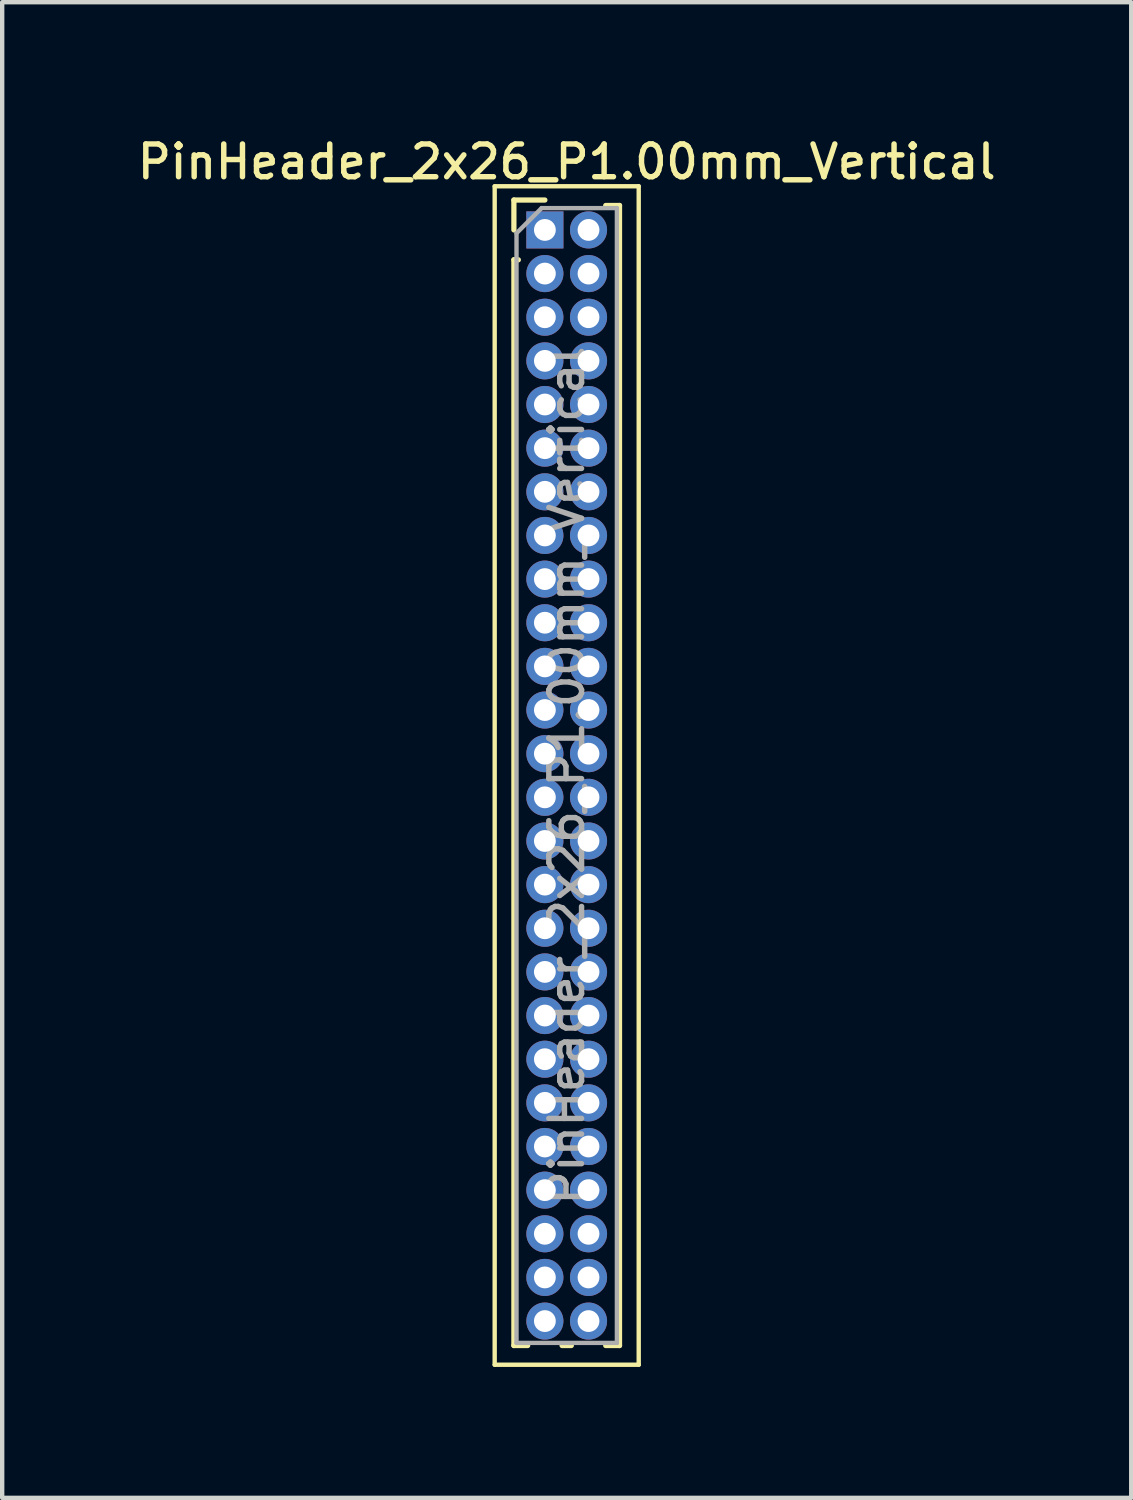
<source format=kicad_pcb>
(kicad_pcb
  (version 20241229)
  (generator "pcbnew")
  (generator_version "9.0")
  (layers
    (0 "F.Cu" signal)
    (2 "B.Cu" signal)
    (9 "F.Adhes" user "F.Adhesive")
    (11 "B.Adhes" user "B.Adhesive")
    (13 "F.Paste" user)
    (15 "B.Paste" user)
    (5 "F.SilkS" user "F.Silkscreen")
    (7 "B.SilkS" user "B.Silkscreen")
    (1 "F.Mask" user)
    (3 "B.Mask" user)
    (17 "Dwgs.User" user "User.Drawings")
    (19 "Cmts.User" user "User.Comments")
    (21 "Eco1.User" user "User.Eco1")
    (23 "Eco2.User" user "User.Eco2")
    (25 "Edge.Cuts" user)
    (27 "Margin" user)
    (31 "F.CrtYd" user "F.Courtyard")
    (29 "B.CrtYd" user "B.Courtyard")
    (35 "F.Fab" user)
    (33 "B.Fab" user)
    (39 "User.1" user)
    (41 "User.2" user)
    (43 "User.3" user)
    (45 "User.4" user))
  (footprint "PinHeader_2x26_P1.00mm_Vertical"
    (layer "F.Cu")
    (at 9.434 2.218)
    (property "Reference" "PinHeader_2x26_P1.00mm_Vertical" (at 0.5 -1.56 0) (layer "F.SilkS") (effects (font (size 0.75 0.75) (thickness 0.125))))
    (attr through_hole)
    (fp_line (start -1.15 -1) (end -1.15 26) (stroke (width 0.1) (type solid)) (layer "F.SilkS"))
    (fp_line (start -1.15 26) (end 2.15 26) (stroke (width 0.1) (type solid)) (layer "F.SilkS"))
    (fp_line (start -0.71 -0.685) (end 0 -0.685) (stroke (width 0.12) (type solid)) (layer "F.SilkS"))
    (fp_line (start -0.71 0) (end -0.71 -0.685) (stroke (width 0.12) (type solid)) (layer "F.SilkS"))
    (fp_line (start -0.71 0.685) (end -0.71 25.56) (stroke (width 0.12) (type solid)) (layer "F.SilkS"))
    (fp_line (start -0.71 0.685) (end -0.608 0.685) (stroke (width 0.12) (type solid)) (layer "F.SilkS"))
    (fp_line (start -0.71 25.56) (end -0.394 25.56) (stroke (width 0.12) (type solid)) (layer "F.SilkS"))
    (fp_line (start 0.394 25.56) (end 0.606 25.56) (stroke (width 0.12) (type solid)) (layer "F.SilkS"))
    (fp_line (start 1.394 -0.56) (end 1.71 -0.56) (stroke (width 0.12) (type solid)) (layer "F.SilkS"))
    (fp_line (start 1.394 25.56) (end 1.71 25.56) (stroke (width 0.12) (type solid)) (layer "F.SilkS"))
    (fp_line (start 1.71 -0.56) (end 1.71 25.56) (stroke (width 0.12) (type solid)) (layer "F.SilkS"))
    (fp_line (start 2.15 -1) (end -1.15 -1) (stroke (width 0.1) (type solid)) (layer "F.SilkS"))
    (fp_line (start 2.15 26) (end 2.15 -1) (stroke (width 0.1) (type solid)) (layer "F.SilkS"))
    (fp_line (start -0.65 0.075) (end -0.075 -0.5) (stroke (width 0.1) (type solid)) (layer "F.Fab"))
    (fp_line (start -0.65 25.5) (end -0.65 0.075) (stroke (width 0.1) (type solid)) (layer "F.Fab"))
    (fp_line (start -0.075 -0.5) (end 1.65 -0.5) (stroke (width 0.1) (type solid)) (layer "F.Fab"))
    (fp_line (start 1.65 -0.5) (end 1.65 25.5) (stroke (width 0.1) (type solid)) (layer "F.Fab"))
    (fp_line (start 1.65 25.5) (end -0.65 25.5) (stroke (width 0.1) (type solid)) (layer "F.Fab"))
    (fp_text user "${REFERENCE}" (at 0.5 12.5 90) (layer "F.Fab") (effects (font (size 0.75 0.75) (thickness 0.125))))
    (pad "1" thru_hole rect (at 0 0) (size 0.85 0.85) (drill 0.5) (layers "*.Cu" "*.Mask"))
    (pad "2" thru_hole oval (at 1 0) (size 0.85 0.85) (drill 0.5) (layers "*.Cu" "*.Mask"))
    (pad "3" thru_hole oval (at 0 1) (size 0.85 0.85) (drill 0.5) (layers "*.Cu" "*.Mask"))
    (pad "4" thru_hole oval (at 1 1) (size 0.85 0.85) (drill 0.5) (layers "*.Cu" "*.Mask"))
    (pad "5" thru_hole oval (at 0 2) (size 0.85 0.85) (drill 0.5) (layers "*.Cu" "*.Mask"))
    (pad "6" thru_hole oval (at 1 2) (size 0.85 0.85) (drill 0.5) (layers "*.Cu" "*.Mask"))
    (pad "7" thru_hole oval (at 0 3) (size 0.85 0.85) (drill 0.5) (layers "*.Cu" "*.Mask"))
    (pad "8" thru_hole oval (at 1 3) (size 0.85 0.85) (drill 0.5) (layers "*.Cu" "*.Mask"))
    (pad "9" thru_hole oval (at 0 4) (size 0.85 0.85) (drill 0.5) (layers "*.Cu" "*.Mask"))
    (pad "10" thru_hole oval (at 1 4) (size 0.85 0.85) (drill 0.5) (layers "*.Cu" "*.Mask"))
    (pad "11" thru_hole oval (at 0 5) (size 0.85 0.85) (drill 0.5) (layers "*.Cu" "*.Mask"))
    (pad "12" thru_hole oval (at 1 5) (size 0.85 0.85) (drill 0.5) (layers "*.Cu" "*.Mask"))
    (pad "13" thru_hole oval (at 0 6) (size 0.85 0.85) (drill 0.5) (layers "*.Cu" "*.Mask"))
    (pad "14" thru_hole oval (at 1 6) (size 0.85 0.85) (drill 0.5) (layers "*.Cu" "*.Mask"))
    (pad "15" thru_hole oval (at 0 7) (size 0.85 0.85) (drill 0.5) (layers "*.Cu" "*.Mask"))
    (pad "16" thru_hole oval (at 1 7) (size 0.85 0.85) (drill 0.5) (layers "*.Cu" "*.Mask"))
    (pad "17" thru_hole oval (at 0 8) (size 0.85 0.85) (drill 0.5) (layers "*.Cu" "*.Mask"))
    (pad "18" thru_hole oval (at 1 8) (size 0.85 0.85) (drill 0.5) (layers "*.Cu" "*.Mask"))
    (pad "19" thru_hole oval (at 0 9) (size 0.85 0.85) (drill 0.5) (layers "*.Cu" "*.Mask"))
    (pad "20" thru_hole oval (at 1 9) (size 0.85 0.85) (drill 0.5) (layers "*.Cu" "*.Mask"))
    (pad "21" thru_hole oval (at 0 10) (size 0.85 0.85) (drill 0.5) (layers "*.Cu" "*.Mask"))
    (pad "22" thru_hole oval (at 1 10) (size 0.85 0.85) (drill 0.5) (layers "*.Cu" "*.Mask"))
    (pad "23" thru_hole oval (at 0 11) (size 0.85 0.85) (drill 0.5) (layers "*.Cu" "*.Mask"))
    (pad "24" thru_hole oval (at 1 11) (size 0.85 0.85) (drill 0.5) (layers "*.Cu" "*.Mask"))
    (pad "25" thru_hole oval (at 0 12) (size 0.85 0.85) (drill 0.5) (layers "*.Cu" "*.Mask"))
    (pad "26" thru_hole oval (at 1 12) (size 0.85 0.85) (drill 0.5) (layers "*.Cu" "*.Mask"))
    (pad "27" thru_hole oval (at 0 13) (size 0.85 0.85) (drill 0.5) (layers "*.Cu" "*.Mask"))
    (pad "28" thru_hole oval (at 1 13) (size 0.85 0.85) (drill 0.5) (layers "*.Cu" "*.Mask"))
    (pad "29" thru_hole oval (at 0 14) (size 0.85 0.85) (drill 0.5) (layers "*.Cu" "*.Mask"))
    (pad "30" thru_hole oval (at 1 14) (size 0.85 0.85) (drill 0.5) (layers "*.Cu" "*.Mask"))
    (pad "31" thru_hole oval (at 0 15) (size 0.85 0.85) (drill 0.5) (layers "*.Cu" "*.Mask"))
    (pad "32" thru_hole oval (at 1 15) (size 0.85 0.85) (drill 0.5) (layers "*.Cu" "*.Mask"))
    (pad "33" thru_hole oval (at 0 16) (size 0.85 0.85) (drill 0.5) (layers "*.Cu" "*.Mask"))
    (pad "34" thru_hole oval (at 1 16) (size 0.85 0.85) (drill 0.5) (layers "*.Cu" "*.Mask"))
    (pad "35" thru_hole oval (at 0 17) (size 0.85 0.85) (drill 0.5) (layers "*.Cu" "*.Mask"))
    (pad "36" thru_hole oval (at 1 17) (size 0.85 0.85) (drill 0.5) (layers "*.Cu" "*.Mask"))
    (pad "37" thru_hole oval (at 0 18) (size 0.85 0.85) (drill 0.5) (layers "*.Cu" "*.Mask"))
    (pad "38" thru_hole oval (at 1 18) (size 0.85 0.85) (drill 0.5) (layers "*.Cu" "*.Mask"))
    (pad "39" thru_hole oval (at 0 19) (size 0.85 0.85) (drill 0.5) (layers "*.Cu" "*.Mask"))
    (pad "40" thru_hole oval (at 1 19) (size 0.85 0.85) (drill 0.5) (layers "*.Cu" "*.Mask"))
    (pad "41" thru_hole oval (at 0 20) (size 0.85 0.85) (drill 0.5) (layers "*.Cu" "*.Mask"))
    (pad "42" thru_hole oval (at 1 20) (size 0.85 0.85) (drill 0.5) (layers "*.Cu" "*.Mask"))
    (pad "43" thru_hole oval (at 0 21) (size 0.85 0.85) (drill 0.5) (layers "*.Cu" "*.Mask"))
    (pad "44" thru_hole oval (at 1 21) (size 0.85 0.85) (drill 0.5) (layers "*.Cu" "*.Mask"))
    (pad "45" thru_hole oval (at 0 22) (size 0.85 0.85) (drill 0.5) (layers "*.Cu" "*.Mask"))
    (pad "46" thru_hole oval (at 1 22) (size 0.85 0.85) (drill 0.5) (layers "*.Cu" "*.Mask"))
    (pad "47" thru_hole oval (at 0 23) (size 0.85 0.85) (drill 0.5) (layers "*.Cu" "*.Mask"))
    (pad "48" thru_hole oval (at 1 23) (size 0.85 0.85) (drill 0.5) (layers "*.Cu" "*.Mask"))
    (pad "49" thru_hole oval (at 0 24) (size 0.85 0.85) (drill 0.5) (layers "*.Cu" "*.Mask"))
    (pad "50" thru_hole oval (at 1 24) (size 0.85 0.85) (drill 0.5) (layers "*.Cu" "*.Mask"))
    (pad "51" thru_hole oval (at 0 25) (size 0.85 0.85) (drill 0.5) (layers "*.Cu" "*.Mask"))
    (pad "52" thru_hole oval (at 1 25) (size 0.85 0.85) (drill 0.5) (layers "*.Cu" "*.Mask")))
  (gr_rect
    (start -3 -3)
    (end 22.868 31.268)
    (stroke (width 0.1) (type default))
    (fill no)
    (layer "Edge.Cuts")))
</source>
